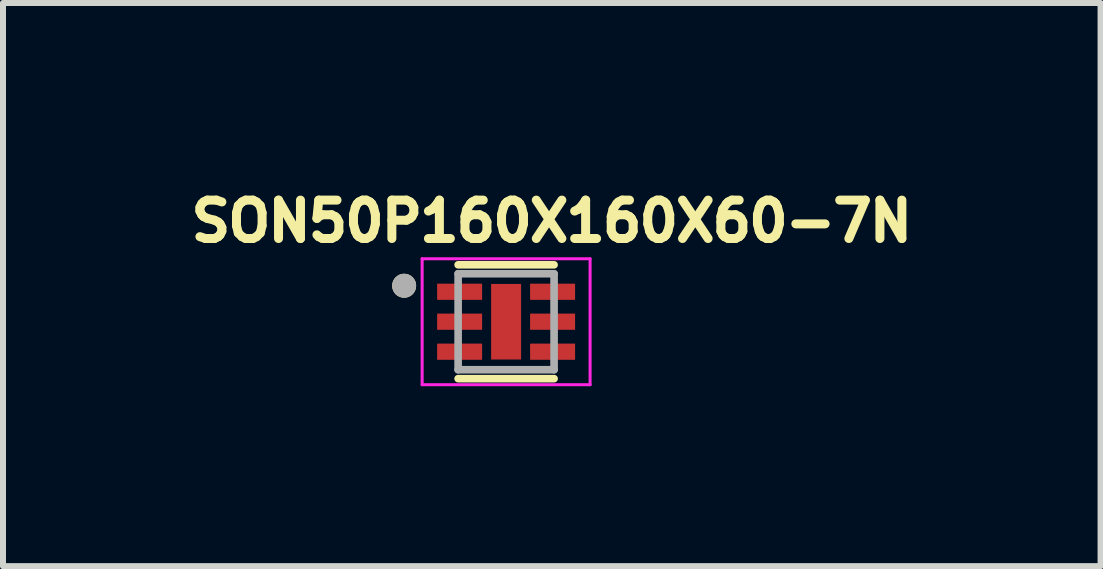
<source format=kicad_pcb>
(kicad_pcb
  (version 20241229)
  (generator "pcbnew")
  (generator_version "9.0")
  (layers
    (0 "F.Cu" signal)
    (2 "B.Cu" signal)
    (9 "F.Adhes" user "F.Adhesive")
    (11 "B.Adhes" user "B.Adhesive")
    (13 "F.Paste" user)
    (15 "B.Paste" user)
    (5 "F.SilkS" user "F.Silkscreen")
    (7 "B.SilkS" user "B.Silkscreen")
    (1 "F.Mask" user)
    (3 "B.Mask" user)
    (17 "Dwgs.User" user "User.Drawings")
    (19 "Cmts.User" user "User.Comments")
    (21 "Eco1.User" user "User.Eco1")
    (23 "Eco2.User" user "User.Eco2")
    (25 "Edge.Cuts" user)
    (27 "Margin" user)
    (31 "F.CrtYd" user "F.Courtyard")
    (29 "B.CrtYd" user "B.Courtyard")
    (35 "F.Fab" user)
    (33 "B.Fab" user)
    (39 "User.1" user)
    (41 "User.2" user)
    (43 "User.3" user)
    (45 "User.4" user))
  (footprint "SON50P160X160X60-7N"
    (layer "F.Cu")
    (at 5.388 2.314)
    (property "Reference" "SON50P160X160X60-7N" (at 0.762 -1.676 0) (layer "F.SilkS") (effects (font (size 0.64 0.64) (thickness 0.15))))
    (attr smd)
    (fp_line (start -0.8 0.949) (end 0.8 0.949) (stroke (width 0.127) (type solid)) (layer "F.SilkS"))
    (fp_line (start 0.8 -0.949) (end -0.8 -0.949) (stroke (width 0.127) (type solid)) (layer "F.SilkS"))
    (fp_circle (center -1.7 -0.6) (end -1.6 -0.6) (stroke (width 0.2) (type solid)) (fill no) (layer "F.SilkS"))
    (fp_poly (pts (xy -0.16 -0.4) (xy 0.16 -0.4) (xy 0.16 0.4) (xy -0.16 0.4)) (stroke (width 0.01) (type solid)) (fill yes) (layer "F.Paste"))
    (fp_line (start -1.4 -1.05) (end 1.4 -1.05) (stroke (width 0.05) (type solid)) (layer "F.CrtYd"))
    (fp_line (start -1.4 1.05) (end -1.4 -1.05) (stroke (width 0.05) (type solid)) (layer "F.CrtYd"))
    (fp_line (start 1.4 -1.05) (end 1.4 1.05) (stroke (width 0.05) (type solid)) (layer "F.CrtYd"))
    (fp_line (start 1.4 1.05) (end -1.4 1.05) (stroke (width 0.05) (type solid)) (layer "F.CrtYd"))
    (fp_line (start -0.8 -0.8) (end -0.8 0.8) (stroke (width 0.127) (type solid)) (layer "F.Fab"))
    (fp_line (start -0.8 0.8) (end 0.8 0.8) (stroke (width 0.127) (type solid)) (layer "F.Fab"))
    (fp_line (start 0.8 -0.8) (end -0.8 -0.8) (stroke (width 0.127) (type solid)) (layer "F.Fab"))
    (fp_line (start 0.8 0.8) (end 0.8 -0.8) (stroke (width 0.127) (type solid)) (layer "F.Fab"))
    (fp_circle (center -1.7 -0.6) (end -1.6 -0.6) (stroke (width 0.2) (type solid)) (fill no) (layer "F.Fab"))
    (pad "1" smd roundrect (at -0.775 -0.5) (size 0.75 0.27) (layers "F.Cu" "F.Mask" "F.Paste") (roundrect_rratio 0.03))
    (pad "2" smd roundrect (at -0.775 0) (size 0.75 0.27) (layers "F.Cu" "F.Mask" "F.Paste") (roundrect_rratio 0.03))
    (pad "3" smd roundrect (at -0.775 0.5) (size 0.75 0.27) (layers "F.Cu" "F.Mask" "F.Paste") (roundrect_rratio 0.03))
    (pad "4" smd roundrect (at 0.775 0.5) (size 0.75 0.27) (layers "F.Cu" "F.Mask" "F.Paste") (roundrect_rratio 0.03))
    (pad "5" smd roundrect (at 0.775 0) (size 0.75 0.27) (layers "F.Cu" "F.Mask" "F.Paste") (roundrect_rratio 0.03))
    (pad "6" smd roundrect (at 0.775 -0.5) (size 0.75 0.27) (layers "F.Cu" "F.Mask" "F.Paste") (roundrect_rratio 0.03))
    (pad "7" smd rect (at 0 0 90) (size 1.26 0.5) (layers "F.Cu" "F.Mask")))
  (gr_rect
    (start -3 -3)
    (end 15.299 6.389)
    (stroke (width 0.1) (type default))
    (fill no)
    (layer "Edge.Cuts")))
</source>
